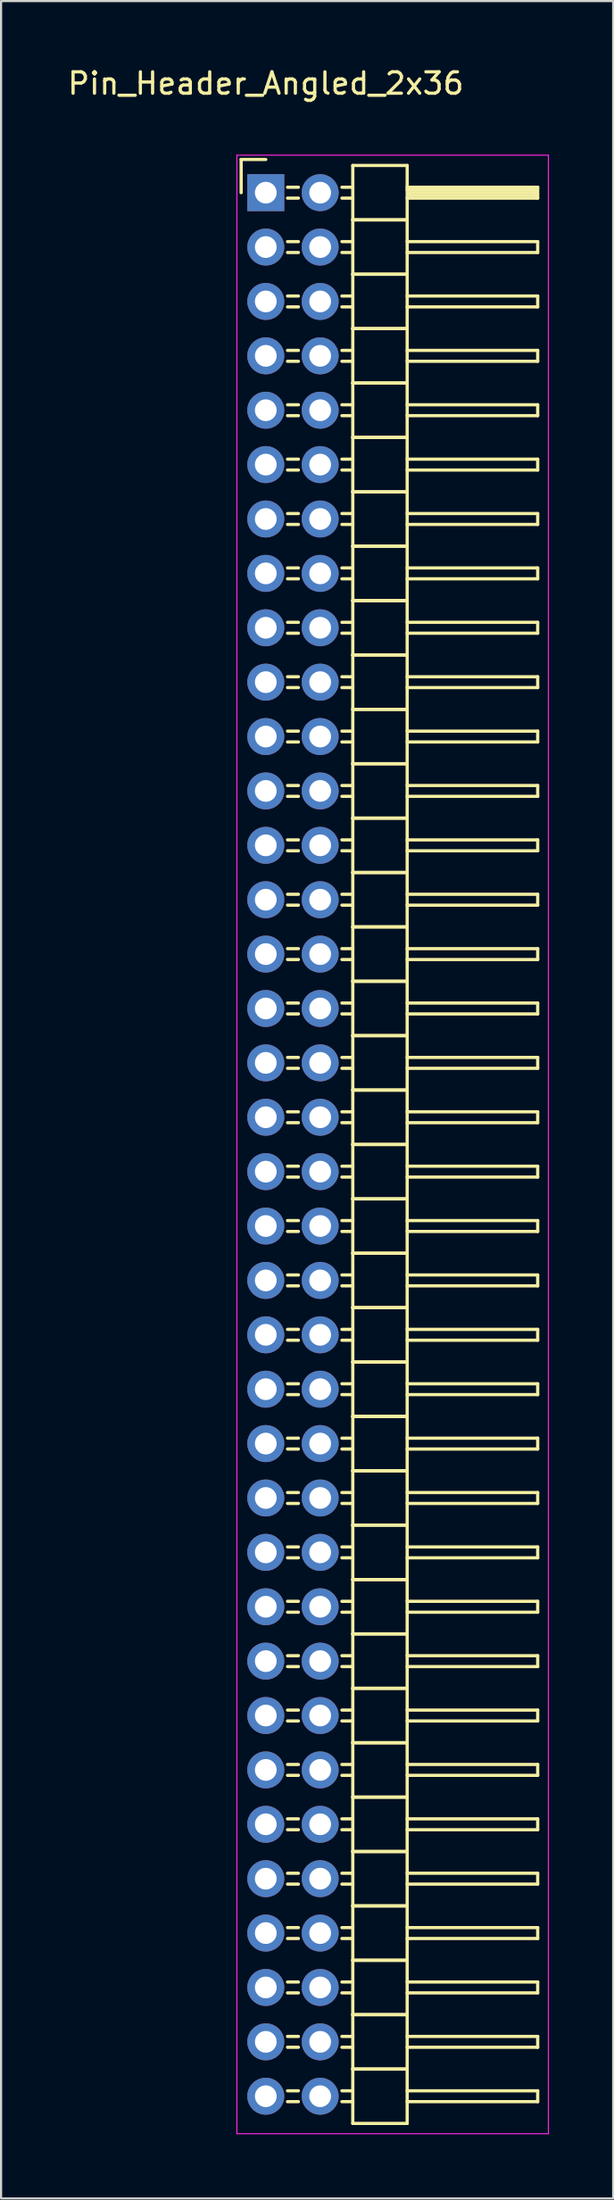
<source format=kicad_pcb>
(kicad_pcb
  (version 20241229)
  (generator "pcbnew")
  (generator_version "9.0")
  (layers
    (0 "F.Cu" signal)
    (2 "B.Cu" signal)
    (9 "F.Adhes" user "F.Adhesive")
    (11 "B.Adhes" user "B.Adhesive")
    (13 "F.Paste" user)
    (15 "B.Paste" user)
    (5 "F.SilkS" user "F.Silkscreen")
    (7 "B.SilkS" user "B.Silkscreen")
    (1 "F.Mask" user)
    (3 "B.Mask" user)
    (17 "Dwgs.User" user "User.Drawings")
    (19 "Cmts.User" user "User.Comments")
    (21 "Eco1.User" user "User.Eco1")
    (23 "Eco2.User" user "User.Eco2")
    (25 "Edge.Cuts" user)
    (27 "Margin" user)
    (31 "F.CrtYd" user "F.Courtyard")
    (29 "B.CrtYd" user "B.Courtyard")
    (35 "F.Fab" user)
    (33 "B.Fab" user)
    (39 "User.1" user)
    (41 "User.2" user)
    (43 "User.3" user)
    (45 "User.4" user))
  (footprint "Pin_Header_Angled_2x36"
    (layer "F.Cu")
    (at 9.363 5.948)
    (property "Reference" "Pin_Header_Angled_2x36" (at 0 -5.1 0) (layer "F.SilkS") (effects (font (size 1 1) (thickness 0.15))))
    (attr through_hole)
    (fp_line (start -1.15 -1.55) (end -1.15 0) (stroke (width 0.15) (type solid)) (layer "F.SilkS"))
    (fp_line (start 0 -1.55) (end -1.15 -1.55) (stroke (width 0.15) (type solid)) (layer "F.SilkS"))
    (fp_line (start 1.524 -0.254) (end 1.016 -0.254) (stroke (width 0.15) (type solid)) (layer "F.SilkS"))
    (fp_line (start 1.524 0.254) (end 1.016 0.254) (stroke (width 0.15) (type solid)) (layer "F.SilkS"))
    (fp_line (start 1.524 2.286) (end 1.016 2.286) (stroke (width 0.15) (type solid)) (layer "F.SilkS"))
    (fp_line (start 1.524 2.794) (end 1.016 2.794) (stroke (width 0.15) (type solid)) (layer "F.SilkS"))
    (fp_line (start 1.524 4.826) (end 1.016 4.826) (stroke (width 0.15) (type solid)) (layer "F.SilkS"))
    (fp_line (start 1.524 5.334) (end 1.016 5.334) (stroke (width 0.15) (type solid)) (layer "F.SilkS"))
    (fp_line (start 1.524 7.366) (end 1.016 7.366) (stroke (width 0.15) (type solid)) (layer "F.SilkS"))
    (fp_line (start 1.524 7.874) (end 1.016 7.874) (stroke (width 0.15) (type solid)) (layer "F.SilkS"))
    (fp_line (start 1.524 9.906) (end 1.016 9.906) (stroke (width 0.15) (type solid)) (layer "F.SilkS"))
    (fp_line (start 1.524 10.414) (end 1.016 10.414) (stroke (width 0.15) (type solid)) (layer "F.SilkS"))
    (fp_line (start 1.524 12.446) (end 1.016 12.446) (stroke (width 0.15) (type solid)) (layer "F.SilkS"))
    (fp_line (start 1.524 12.954) (end 1.016 12.954) (stroke (width 0.15) (type solid)) (layer "F.SilkS"))
    (fp_line (start 1.524 14.986) (end 1.016 14.986) (stroke (width 0.15) (type solid)) (layer "F.SilkS"))
    (fp_line (start 1.524 15.494) (end 1.016 15.494) (stroke (width 0.15) (type solid)) (layer "F.SilkS"))
    (fp_line (start 1.524 17.526) (end 1.016 17.526) (stroke (width 0.15) (type solid)) (layer "F.SilkS"))
    (fp_line (start 1.524 18.034) (end 1.016 18.034) (stroke (width 0.15) (type solid)) (layer "F.SilkS"))
    (fp_line (start 1.524 20.066) (end 1.016 20.066) (stroke (width 0.15) (type solid)) (layer "F.SilkS"))
    (fp_line (start 1.524 20.574) (end 1.016 20.574) (stroke (width 0.15) (type solid)) (layer "F.SilkS"))
    (fp_line (start 1.524 22.606) (end 1.016 22.606) (stroke (width 0.15) (type solid)) (layer "F.SilkS"))
    (fp_line (start 1.524 23.114) (end 1.016 23.114) (stroke (width 0.15) (type solid)) (layer "F.SilkS"))
    (fp_line (start 1.524 25.146) (end 1.016 25.146) (stroke (width 0.15) (type solid)) (layer "F.SilkS"))
    (fp_line (start 1.524 25.654) (end 1.016 25.654) (stroke (width 0.15) (type solid)) (layer "F.SilkS"))
    (fp_line (start 1.524 27.686) (end 1.016 27.686) (stroke (width 0.15) (type solid)) (layer "F.SilkS"))
    (fp_line (start 1.524 28.194) (end 1.016 28.194) (stroke (width 0.15) (type solid)) (layer "F.SilkS"))
    (fp_line (start 1.524 30.226) (end 1.016 30.226) (stroke (width 0.15) (type solid)) (layer "F.SilkS"))
    (fp_line (start 1.524 30.734) (end 1.016 30.734) (stroke (width 0.15) (type solid)) (layer "F.SilkS"))
    (fp_line (start 1.524 32.766) (end 1.016 32.766) (stroke (width 0.15) (type solid)) (layer "F.SilkS"))
    (fp_line (start 1.524 33.274) (end 1.016 33.274) (stroke (width 0.15) (type solid)) (layer "F.SilkS"))
    (fp_line (start 1.524 35.306) (end 1.016 35.306) (stroke (width 0.15) (type solid)) (layer "F.SilkS"))
    (fp_line (start 1.524 35.814) (end 1.016 35.814) (stroke (width 0.15) (type solid)) (layer "F.SilkS"))
    (fp_line (start 1.524 37.846) (end 1.016 37.846) (stroke (width 0.15) (type solid)) (layer "F.SilkS"))
    (fp_line (start 1.524 38.354) (end 1.016 38.354) (stroke (width 0.15) (type solid)) (layer "F.SilkS"))
    (fp_line (start 1.524 40.386) (end 1.016 40.386) (stroke (width 0.15) (type solid)) (layer "F.SilkS"))
    (fp_line (start 1.524 40.894) (end 1.016 40.894) (stroke (width 0.15) (type solid)) (layer "F.SilkS"))
    (fp_line (start 1.524 42.926) (end 1.016 42.926) (stroke (width 0.15) (type solid)) (layer "F.SilkS"))
    (fp_line (start 1.524 43.434) (end 1.016 43.434) (stroke (width 0.15) (type solid)) (layer "F.SilkS"))
    (fp_line (start 1.524 45.466) (end 1.016 45.466) (stroke (width 0.15) (type solid)) (layer "F.SilkS"))
    (fp_line (start 1.524 45.974) (end 1.016 45.974) (stroke (width 0.15) (type solid)) (layer "F.SilkS"))
    (fp_line (start 1.524 48.006) (end 1.016 48.006) (stroke (width 0.15) (type solid)) (layer "F.SilkS"))
    (fp_line (start 1.524 48.514) (end 1.016 48.514) (stroke (width 0.15) (type solid)) (layer "F.SilkS"))
    (fp_line (start 1.524 50.546) (end 1.016 50.546) (stroke (width 0.15) (type solid)) (layer "F.SilkS"))
    (fp_line (start 1.524 51.054) (end 1.016 51.054) (stroke (width 0.15) (type solid)) (layer "F.SilkS"))
    (fp_line (start 1.524 53.086) (end 1.016 53.086) (stroke (width 0.15) (type solid)) (layer "F.SilkS"))
    (fp_line (start 1.524 53.594) (end 1.016 53.594) (stroke (width 0.15) (type solid)) (layer "F.SilkS"))
    (fp_line (start 1.524 55.626) (end 1.016 55.626) (stroke (width 0.15) (type solid)) (layer "F.SilkS"))
    (fp_line (start 1.524 56.134) (end 1.016 56.134) (stroke (width 0.15) (type solid)) (layer "F.SilkS"))
    (fp_line (start 1.524 58.166) (end 1.016 58.166) (stroke (width 0.15) (type solid)) (layer "F.SilkS"))
    (fp_line (start 1.524 58.674) (end 1.016 58.674) (stroke (width 0.15) (type solid)) (layer "F.SilkS"))
    (fp_line (start 1.524 60.706) (end 1.016 60.706) (stroke (width 0.15) (type solid)) (layer "F.SilkS"))
    (fp_line (start 1.524 61.214) (end 1.016 61.214) (stroke (width 0.15) (type solid)) (layer "F.SilkS"))
    (fp_line (start 1.524 63.246) (end 1.016 63.246) (stroke (width 0.15) (type solid)) (layer "F.SilkS"))
    (fp_line (start 1.524 63.754) (end 1.016 63.754) (stroke (width 0.15) (type solid)) (layer "F.SilkS"))
    (fp_line (start 1.524 65.786) (end 1.016 65.786) (stroke (width 0.15) (type solid)) (layer "F.SilkS"))
    (fp_line (start 1.524 66.294) (end 1.016 66.294) (stroke (width 0.15) (type solid)) (layer "F.SilkS"))
    (fp_line (start 1.524 68.326) (end 1.016 68.326) (stroke (width 0.15) (type solid)) (layer "F.SilkS"))
    (fp_line (start 1.524 68.834) (end 1.016 68.834) (stroke (width 0.15) (type solid)) (layer "F.SilkS"))
    (fp_line (start 1.524 70.866) (end 1.016 70.866) (stroke (width 0.15) (type solid)) (layer "F.SilkS"))
    (fp_line (start 1.524 71.374) (end 1.016 71.374) (stroke (width 0.15) (type solid)) (layer "F.SilkS"))
    (fp_line (start 1.524 73.406) (end 1.016 73.406) (stroke (width 0.15) (type solid)) (layer "F.SilkS"))
    (fp_line (start 1.524 73.914) (end 1.016 73.914) (stroke (width 0.15) (type solid)) (layer "F.SilkS"))
    (fp_line (start 1.524 75.946) (end 1.016 75.946) (stroke (width 0.15) (type solid)) (layer "F.SilkS"))
    (fp_line (start 1.524 76.454) (end 1.016 76.454) (stroke (width 0.15) (type solid)) (layer "F.SilkS"))
    (fp_line (start 1.524 78.486) (end 1.016 78.486) (stroke (width 0.15) (type solid)) (layer "F.SilkS"))
    (fp_line (start 1.524 78.994) (end 1.016 78.994) (stroke (width 0.15) (type solid)) (layer "F.SilkS"))
    (fp_line (start 1.524 81.026) (end 1.016 81.026) (stroke (width 0.15) (type solid)) (layer "F.SilkS"))
    (fp_line (start 1.524 81.534) (end 1.016 81.534) (stroke (width 0.15) (type solid)) (layer "F.SilkS"))
    (fp_line (start 1.524 83.566) (end 1.016 83.566) (stroke (width 0.15) (type solid)) (layer "F.SilkS"))
    (fp_line (start 1.524 84.074) (end 1.016 84.074) (stroke (width 0.15) (type solid)) (layer "F.SilkS"))
    (fp_line (start 1.524 86.106) (end 1.016 86.106) (stroke (width 0.15) (type solid)) (layer "F.SilkS"))
    (fp_line (start 1.524 86.614) (end 1.016 86.614) (stroke (width 0.15) (type solid)) (layer "F.SilkS"))
    (fp_line (start 1.524 88.646) (end 1.016 88.646) (stroke (width 0.15) (type solid)) (layer "F.SilkS"))
    (fp_line (start 1.524 89.154) (end 1.016 89.154) (stroke (width 0.15) (type solid)) (layer "F.SilkS"))
    (fp_line (start 4.064 -1.27) (end 4.064 1.27) (stroke (width 0.15) (type solid)) (layer "F.SilkS"))
    (fp_line (start 4.064 -1.27) (end 6.604 -1.27) (stroke (width 0.15) (type solid)) (layer "F.SilkS"))
    (fp_line (start 4.064 -0.254) (end 3.556 -0.254) (stroke (width 0.15) (type solid)) (layer "F.SilkS"))
    (fp_line (start 4.064 0.254) (end 3.556 0.254) (stroke (width 0.15) (type solid)) (layer "F.SilkS"))
    (fp_line (start 4.064 1.27) (end 4.064 3.81) (stroke (width 0.15) (type solid)) (layer "F.SilkS"))
    (fp_line (start 4.064 1.27) (end 6.604 1.27) (stroke (width 0.15) (type solid)) (layer "F.SilkS"))
    (fp_line (start 4.064 1.27) (end 6.604 1.27) (stroke (width 0.15) (type solid)) (layer "F.SilkS"))
    (fp_line (start 4.064 2.286) (end 3.556 2.286) (stroke (width 0.15) (type solid)) (layer "F.SilkS"))
    (fp_line (start 4.064 2.794) (end 3.556 2.794) (stroke (width 0.15) (type solid)) (layer "F.SilkS"))
    (fp_line (start 4.064 3.81) (end 4.064 6.35) (stroke (width 0.15) (type solid)) (layer "F.SilkS"))
    (fp_line (start 4.064 3.81) (end 6.604 3.81) (stroke (width 0.15) (type solid)) (layer "F.SilkS"))
    (fp_line (start 4.064 3.81) (end 6.604 3.81) (stroke (width 0.15) (type solid)) (layer "F.SilkS"))
    (fp_line (start 4.064 4.826) (end 3.556 4.826) (stroke (width 0.15) (type solid)) (layer "F.SilkS"))
    (fp_line (start 4.064 5.334) (end 3.556 5.334) (stroke (width 0.15) (type solid)) (layer "F.SilkS"))
    (fp_line (start 4.064 6.35) (end 4.064 8.89) (stroke (width 0.15) (type solid)) (layer "F.SilkS"))
    (fp_line (start 4.064 6.35) (end 6.604 6.35) (stroke (width 0.15) (type solid)) (layer "F.SilkS"))
    (fp_line (start 4.064 6.35) (end 6.604 6.35) (stroke (width 0.15) (type solid)) (layer "F.SilkS"))
    (fp_line (start 4.064 7.366) (end 3.556 7.366) (stroke (width 0.15) (type solid)) (layer "F.SilkS"))
    (fp_line (start 4.064 7.874) (end 3.556 7.874) (stroke (width 0.15) (type solid)) (layer "F.SilkS"))
    (fp_line (start 4.064 8.89) (end 4.064 11.43) (stroke (width 0.15) (type solid)) (layer "F.SilkS"))
    (fp_line (start 4.064 8.89) (end 6.604 8.89) (stroke (width 0.15) (type solid)) (layer "F.SilkS"))
    (fp_line (start 4.064 8.89) (end 6.604 8.89) (stroke (width 0.15) (type solid)) (layer "F.SilkS"))
    (fp_line (start 4.064 9.906) (end 3.556 9.906) (stroke (width 0.15) (type solid)) (layer "F.SilkS"))
    (fp_line (start 4.064 10.414) (end 3.556 10.414) (stroke (width 0.15) (type solid)) (layer "F.SilkS"))
    (fp_line (start 4.064 11.43) (end 4.064 13.97) (stroke (width 0.15) (type solid)) (layer "F.SilkS"))
    (fp_line (start 4.064 11.43) (end 6.604 11.43) (stroke (width 0.15) (type solid)) (layer "F.SilkS"))
    (fp_line (start 4.064 11.43) (end 6.604 11.43) (stroke (width 0.15) (type solid)) (layer "F.SilkS"))
    (fp_line (start 4.064 12.446) (end 3.556 12.446) (stroke (width 0.15) (type solid)) (layer "F.SilkS"))
    (fp_line (start 4.064 12.954) (end 3.556 12.954) (stroke (width 0.15) (type solid)) (layer "F.SilkS"))
    (fp_line (start 4.064 13.97) (end 4.064 16.51) (stroke (width 0.15) (type solid)) (layer "F.SilkS"))
    (fp_line (start 4.064 13.97) (end 6.604 13.97) (stroke (width 0.15) (type solid)) (layer "F.SilkS"))
    (fp_line (start 4.064 13.97) (end 6.604 13.97) (stroke (width 0.15) (type solid)) (layer "F.SilkS"))
    (fp_line (start 4.064 14.986) (end 3.556 14.986) (stroke (width 0.15) (type solid)) (layer "F.SilkS"))
    (fp_line (start 4.064 15.494) (end 3.556 15.494) (stroke (width 0.15) (type solid)) (layer "F.SilkS"))
    (fp_line (start 4.064 16.51) (end 4.064 19.05) (stroke (width 0.15) (type solid)) (layer "F.SilkS"))
    (fp_line (start 4.064 16.51) (end 6.604 16.51) (stroke (width 0.15) (type solid)) (layer "F.SilkS"))
    (fp_line (start 4.064 16.51) (end 6.604 16.51) (stroke (width 0.15) (type solid)) (layer "F.SilkS"))
    (fp_line (start 4.064 17.526) (end 3.556 17.526) (stroke (width 0.15) (type solid)) (layer "F.SilkS"))
    (fp_line (start 4.064 18.034) (end 3.556 18.034) (stroke (width 0.15) (type solid)) (layer "F.SilkS"))
    (fp_line (start 4.064 19.05) (end 4.064 21.59) (stroke (width 0.15) (type solid)) (layer "F.SilkS"))
    (fp_line (start 4.064 19.05) (end 6.604 19.05) (stroke (width 0.15) (type solid)) (layer "F.SilkS"))
    (fp_line (start 4.064 19.05) (end 6.604 19.05) (stroke (width 0.15) (type solid)) (layer "F.SilkS"))
    (fp_line (start 4.064 20.066) (end 3.556 20.066) (stroke (width 0.15) (type solid)) (layer "F.SilkS"))
    (fp_line (start 4.064 20.574) (end 3.556 20.574) (stroke (width 0.15) (type solid)) (layer "F.SilkS"))
    (fp_line (start 4.064 21.59) (end 4.064 24.13) (stroke (width 0.15) (type solid)) (layer "F.SilkS"))
    (fp_line (start 4.064 21.59) (end 6.604 21.59) (stroke (width 0.15) (type solid)) (layer "F.SilkS"))
    (fp_line (start 4.064 21.59) (end 6.604 21.59) (stroke (width 0.15) (type solid)) (layer "F.SilkS"))
    (fp_line (start 4.064 22.606) (end 3.556 22.606) (stroke (width 0.15) (type solid)) (layer "F.SilkS"))
    (fp_line (start 4.064 23.114) (end 3.556 23.114) (stroke (width 0.15) (type solid)) (layer "F.SilkS"))
    (fp_line (start 4.064 24.13) (end 4.064 26.67) (stroke (width 0.15) (type solid)) (layer "F.SilkS"))
    (fp_line (start 4.064 24.13) (end 6.604 24.13) (stroke (width 0.15) (type solid)) (layer "F.SilkS"))
    (fp_line (start 4.064 24.13) (end 6.604 24.13) (stroke (width 0.15) (type solid)) (layer "F.SilkS"))
    (fp_line (start 4.064 25.146) (end 3.556 25.146) (stroke (width 0.15) (type solid)) (layer "F.SilkS"))
    (fp_line (start 4.064 25.654) (end 3.556 25.654) (stroke (width 0.15) (type solid)) (layer "F.SilkS"))
    (fp_line (start 4.064 26.67) (end 4.064 29.21) (stroke (width 0.15) (type solid)) (layer "F.SilkS"))
    (fp_line (start 4.064 26.67) (end 6.604 26.67) (stroke (width 0.15) (type solid)) (layer "F.SilkS"))
    (fp_line (start 4.064 26.67) (end 6.604 26.67) (stroke (width 0.15) (type solid)) (layer "F.SilkS"))
    (fp_line (start 4.064 27.686) (end 3.556 27.686) (stroke (width 0.15) (type solid)) (layer "F.SilkS"))
    (fp_line (start 4.064 28.194) (end 3.556 28.194) (stroke (width 0.15) (type solid)) (layer "F.SilkS"))
    (fp_line (start 4.064 29.21) (end 4.064 31.75) (stroke (width 0.15) (type solid)) (layer "F.SilkS"))
    (fp_line (start 4.064 29.21) (end 6.604 29.21) (stroke (width 0.15) (type solid)) (layer "F.SilkS"))
    (fp_line (start 4.064 29.21) (end 6.604 29.21) (stroke (width 0.15) (type solid)) (layer "F.SilkS"))
    (fp_line (start 4.064 30.226) (end 3.556 30.226) (stroke (width 0.15) (type solid)) (layer "F.SilkS"))
    (fp_line (start 4.064 30.734) (end 3.556 30.734) (stroke (width 0.15) (type solid)) (layer "F.SilkS"))
    (fp_line (start 4.064 31.75) (end 4.064 34.29) (stroke (width 0.15) (type solid)) (layer "F.SilkS"))
    (fp_line (start 4.064 31.75) (end 6.604 31.75) (stroke (width 0.15) (type solid)) (layer "F.SilkS"))
    (fp_line (start 4.064 31.75) (end 6.604 31.75) (stroke (width 0.15) (type solid)) (layer "F.SilkS"))
    (fp_line (start 4.064 32.766) (end 3.556 32.766) (stroke (width 0.15) (type solid)) (layer "F.SilkS"))
    (fp_line (start 4.064 33.274) (end 3.556 33.274) (stroke (width 0.15) (type solid)) (layer "F.SilkS"))
    (fp_line (start 4.064 34.29) (end 4.064 36.83) (stroke (width 0.15) (type solid)) (layer "F.SilkS"))
    (fp_line (start 4.064 34.29) (end 6.604 34.29) (stroke (width 0.15) (type solid)) (layer "F.SilkS"))
    (fp_line (start 4.064 34.29) (end 6.604 34.29) (stroke (width 0.15) (type solid)) (layer "F.SilkS"))
    (fp_line (start 4.064 35.306) (end 3.556 35.306) (stroke (width 0.15) (type solid)) (layer "F.SilkS"))
    (fp_line (start 4.064 35.814) (end 3.556 35.814) (stroke (width 0.15) (type solid)) (layer "F.SilkS"))
    (fp_line (start 4.064 36.83) (end 4.064 39.37) (stroke (width 0.15) (type solid)) (layer "F.SilkS"))
    (fp_line (start 4.064 36.83) (end 6.604 36.83) (stroke (width 0.15) (type solid)) (layer "F.SilkS"))
    (fp_line (start 4.064 36.83) (end 6.604 36.83) (stroke (width 0.15) (type solid)) (layer "F.SilkS"))
    (fp_line (start 4.064 37.846) (end 3.556 37.846) (stroke (width 0.15) (type solid)) (layer "F.SilkS"))
    (fp_line (start 4.064 38.354) (end 3.556 38.354) (stroke (width 0.15) (type solid)) (layer "F.SilkS"))
    (fp_line (start 4.064 39.37) (end 4.064 41.91) (stroke (width 0.15) (type solid)) (layer "F.SilkS"))
    (fp_line (start 4.064 39.37) (end 6.604 39.37) (stroke (width 0.15) (type solid)) (layer "F.SilkS"))
    (fp_line (start 4.064 39.37) (end 6.604 39.37) (stroke (width 0.15) (type solid)) (layer "F.SilkS"))
    (fp_line (start 4.064 40.386) (end 3.556 40.386) (stroke (width 0.15) (type solid)) (layer "F.SilkS"))
    (fp_line (start 4.064 40.894) (end 3.556 40.894) (stroke (width 0.15) (type solid)) (layer "F.SilkS"))
    (fp_line (start 4.064 41.91) (end 4.064 44.45) (stroke (width 0.15) (type solid)) (layer "F.SilkS"))
    (fp_line (start 4.064 41.91) (end 6.604 41.91) (stroke (width 0.15) (type solid)) (layer "F.SilkS"))
    (fp_line (start 4.064 41.91) (end 6.604 41.91) (stroke (width 0.15) (type solid)) (layer "F.SilkS"))
    (fp_line (start 4.064 42.926) (end 3.556 42.926) (stroke (width 0.15) (type solid)) (layer "F.SilkS"))
    (fp_line (start 4.064 43.434) (end 3.556 43.434) (stroke (width 0.15) (type solid)) (layer "F.SilkS"))
    (fp_line (start 4.064 44.45) (end 4.064 46.99) (stroke (width 0.15) (type solid)) (layer "F.SilkS"))
    (fp_line (start 4.064 44.45) (end 6.604 44.45) (stroke (width 0.15) (type solid)) (layer "F.SilkS"))
    (fp_line (start 4.064 44.45) (end 6.604 44.45) (stroke (width 0.15) (type solid)) (layer "F.SilkS"))
    (fp_line (start 4.064 45.466) (end 3.556 45.466) (stroke (width 0.15) (type solid)) (layer "F.SilkS"))
    (fp_line (start 4.064 45.974) (end 3.556 45.974) (stroke (width 0.15) (type solid)) (layer "F.SilkS"))
    (fp_line (start 4.064 46.99) (end 4.064 49.53) (stroke (width 0.15) (type solid)) (layer "F.SilkS"))
    (fp_line (start 4.064 46.99) (end 6.604 46.99) (stroke (width 0.15) (type solid)) (layer "F.SilkS"))
    (fp_line (start 4.064 46.99) (end 6.604 46.99) (stroke (width 0.15) (type solid)) (layer "F.SilkS"))
    (fp_line (start 4.064 48.006) (end 3.556 48.006) (stroke (width 0.15) (type solid)) (layer "F.SilkS"))
    (fp_line (start 4.064 48.514) (end 3.556 48.514) (stroke (width 0.15) (type solid)) (layer "F.SilkS"))
    (fp_line (start 4.064 49.53) (end 4.064 52.07) (stroke (width 0.15) (type solid)) (layer "F.SilkS"))
    (fp_line (start 4.064 49.53) (end 6.604 49.53) (stroke (width 0.15) (type solid)) (layer "F.SilkS"))
    (fp_line (start 4.064 49.53) (end 6.604 49.53) (stroke (width 0.15) (type solid)) (layer "F.SilkS"))
    (fp_line (start 4.064 50.546) (end 3.556 50.546) (stroke (width 0.15) (type solid)) (layer "F.SilkS"))
    (fp_line (start 4.064 51.054) (end 3.556 51.054) (stroke (width 0.15) (type solid)) (layer "F.SilkS"))
    (fp_line (start 4.064 52.07) (end 4.064 54.61) (stroke (width 0.15) (type solid)) (layer "F.SilkS"))
    (fp_line (start 4.064 52.07) (end 6.604 52.07) (stroke (width 0.15) (type solid)) (layer "F.SilkS"))
    (fp_line (start 4.064 52.07) (end 6.604 52.07) (stroke (width 0.15) (type solid)) (layer "F.SilkS"))
    (fp_line (start 4.064 53.086) (end 3.556 53.086) (stroke (width 0.15) (type solid)) (layer "F.SilkS"))
    (fp_line (start 4.064 53.594) (end 3.556 53.594) (stroke (width 0.15) (type solid)) (layer "F.SilkS"))
    (fp_line (start 4.064 54.61) (end 4.064 57.15) (stroke (width 0.15) (type solid)) (layer "F.SilkS"))
    (fp_line (start 4.064 54.61) (end 6.604 54.61) (stroke (width 0.15) (type solid)) (layer "F.SilkS"))
    (fp_line (start 4.064 54.61) (end 6.604 54.61) (stroke (width 0.15) (type solid)) (layer "F.SilkS"))
    (fp_line (start 4.064 55.626) (end 3.556 55.626) (stroke (width 0.15) (type solid)) (layer "F.SilkS"))
    (fp_line (start 4.064 56.134) (end 3.556 56.134) (stroke (width 0.15) (type solid)) (layer "F.SilkS"))
    (fp_line (start 4.064 57.15) (end 4.064 59.69) (stroke (width 0.15) (type solid)) (layer "F.SilkS"))
    (fp_line (start 4.064 57.15) (end 6.604 57.15) (stroke (width 0.15) (type solid)) (layer "F.SilkS"))
    (fp_line (start 4.064 57.15) (end 6.604 57.15) (stroke (width 0.15) (type solid)) (layer "F.SilkS"))
    (fp_line (start 4.064 58.166) (end 3.556 58.166) (stroke (width 0.15) (type solid)) (layer "F.SilkS"))
    (fp_line (start 4.064 58.674) (end 3.556 58.674) (stroke (width 0.15) (type solid)) (layer "F.SilkS"))
    (fp_line (start 4.064 59.69) (end 4.064 62.23) (stroke (width 0.15) (type solid)) (layer "F.SilkS"))
    (fp_line (start 4.064 59.69) (end 6.604 59.69) (stroke (width 0.15) (type solid)) (layer "F.SilkS"))
    (fp_line (start 4.064 59.69) (end 6.604 59.69) (stroke (width 0.15) (type solid)) (layer "F.SilkS"))
    (fp_line (start 4.064 60.706) (end 3.556 60.706) (stroke (width 0.15) (type solid)) (layer "F.SilkS"))
    (fp_line (start 4.064 61.214) (end 3.556 61.214) (stroke (width 0.15) (type solid)) (layer "F.SilkS"))
    (fp_line (start 4.064 62.23) (end 4.064 64.77) (stroke (width 0.15) (type solid)) (layer "F.SilkS"))
    (fp_line (start 4.064 62.23) (end 6.604 62.23) (stroke (width 0.15) (type solid)) (layer "F.SilkS"))
    (fp_line (start 4.064 62.23) (end 6.604 62.23) (stroke (width 0.15) (type solid)) (layer "F.SilkS"))
    (fp_line (start 4.064 63.246) (end 3.556 63.246) (stroke (width 0.15) (type solid)) (layer "F.SilkS"))
    (fp_line (start 4.064 63.754) (end 3.556 63.754) (stroke (width 0.15) (type solid)) (layer "F.SilkS"))
    (fp_line (start 4.064 64.77) (end 4.064 67.31) (stroke (width 0.15) (type solid)) (layer "F.SilkS"))
    (fp_line (start 4.064 64.77) (end 6.604 64.77) (stroke (width 0.15) (type solid)) (layer "F.SilkS"))
    (fp_line (start 4.064 64.77) (end 6.604 64.77) (stroke (width 0.15) (type solid)) (layer "F.SilkS"))
    (fp_line (start 4.064 65.786) (end 3.556 65.786) (stroke (width 0.15) (type solid)) (layer "F.SilkS"))
    (fp_line (start 4.064 66.294) (end 3.556 66.294) (stroke (width 0.15) (type solid)) (layer "F.SilkS"))
    (fp_line (start 4.064 67.31) (end 4.064 69.85) (stroke (width 0.15) (type solid)) (layer "F.SilkS"))
    (fp_line (start 4.064 67.31) (end 6.604 67.31) (stroke (width 0.15) (type solid)) (layer "F.SilkS"))
    (fp_line (start 4.064 67.31) (end 6.604 67.31) (stroke (width 0.15) (type solid)) (layer "F.SilkS"))
    (fp_line (start 4.064 68.326) (end 3.556 68.326) (stroke (width 0.15) (type solid)) (layer "F.SilkS"))
    (fp_line (start 4.064 68.834) (end 3.556 68.834) (stroke (width 0.15) (type solid)) (layer "F.SilkS"))
    (fp_line (start 4.064 69.85) (end 4.064 72.39) (stroke (width 0.15) (type solid)) (layer "F.SilkS"))
    (fp_line (start 4.064 69.85) (end 6.604 69.85) (stroke (width 0.15) (type solid)) (layer "F.SilkS"))
    (fp_line (start 4.064 69.85) (end 6.604 69.85) (stroke (width 0.15) (type solid)) (layer "F.SilkS"))
    (fp_line (start 4.064 70.866) (end 3.556 70.866) (stroke (width 0.15) (type solid)) (layer "F.SilkS"))
    (fp_line (start 4.064 71.374) (end 3.556 71.374) (stroke (width 0.15) (type solid)) (layer "F.SilkS"))
    (fp_line (start 4.064 72.39) (end 4.064 74.93) (stroke (width 0.15) (type solid)) (layer "F.SilkS"))
    (fp_line (start 4.064 72.39) (end 6.604 72.39) (stroke (width 0.15) (type solid)) (layer "F.SilkS"))
    (fp_line (start 4.064 72.39) (end 6.604 72.39) (stroke (width 0.15) (type solid)) (layer "F.SilkS"))
    (fp_line (start 4.064 73.406) (end 3.556 73.406) (stroke (width 0.15) (type solid)) (layer "F.SilkS"))
    (fp_line (start 4.064 73.914) (end 3.556 73.914) (stroke (width 0.15) (type solid)) (layer "F.SilkS"))
    (fp_line (start 4.064 74.93) (end 4.064 77.47) (stroke (width 0.15) (type solid)) (layer "F.SilkS"))
    (fp_line (start 4.064 74.93) (end 6.604 74.93) (stroke (width 0.15) (type solid)) (layer "F.SilkS"))
    (fp_line (start 4.064 74.93) (end 6.604 74.93) (stroke (width 0.15) (type solid)) (layer "F.SilkS"))
    (fp_line (start 4.064 75.946) (end 3.556 75.946) (stroke (width 0.15) (type solid)) (layer "F.SilkS"))
    (fp_line (start 4.064 76.454) (end 3.556 76.454) (stroke (width 0.15) (type solid)) (layer "F.SilkS"))
    (fp_line (start 4.064 77.47) (end 4.064 80.01) (stroke (width 0.15) (type solid)) (layer "F.SilkS"))
    (fp_line (start 4.064 77.47) (end 6.604 77.47) (stroke (width 0.15) (type solid)) (layer "F.SilkS"))
    (fp_line (start 4.064 77.47) (end 6.604 77.47) (stroke (width 0.15) (type solid)) (layer "F.SilkS"))
    (fp_line (start 4.064 78.486) (end 3.556 78.486) (stroke (width 0.15) (type solid)) (layer "F.SilkS"))
    (fp_line (start 4.064 78.994) (end 3.556 78.994) (stroke (width 0.15) (type solid)) (layer "F.SilkS"))
    (fp_line (start 4.064 80.01) (end 4.064 82.55) (stroke (width 0.15) (type solid)) (layer "F.SilkS"))
    (fp_line (start 4.064 80.01) (end 6.604 80.01) (stroke (width 0.15) (type solid)) (layer "F.SilkS"))
    (fp_line (start 4.064 80.01) (end 6.604 80.01) (stroke (width 0.15) (type solid)) (layer "F.SilkS"))
    (fp_line (start 4.064 81.026) (end 3.556 81.026) (stroke (width 0.15) (type solid)) (layer "F.SilkS"))
    (fp_line (start 4.064 81.534) (end 3.556 81.534) (stroke (width 0.15) (type solid)) (layer "F.SilkS"))
    (fp_line (start 4.064 82.55) (end 4.064 85.09) (stroke (width 0.15) (type solid)) (layer "F.SilkS"))
    (fp_line (start 4.064 82.55) (end 6.604 82.55) (stroke (width 0.15) (type solid)) (layer "F.SilkS"))
    (fp_line (start 4.064 82.55) (end 6.604 82.55) (stroke (width 0.15) (type solid)) (layer "F.SilkS"))
    (fp_line (start 4.064 83.566) (end 3.556 83.566) (stroke (width 0.15) (type solid)) (layer "F.SilkS"))
    (fp_line (start 4.064 84.074) (end 3.556 84.074) (stroke (width 0.15) (type solid)) (layer "F.SilkS"))
    (fp_line (start 4.064 85.09) (end 4.064 87.63) (stroke (width 0.15) (type solid)) (layer "F.SilkS"))
    (fp_line (start 4.064 85.09) (end 6.604 85.09) (stroke (width 0.15) (type solid)) (layer "F.SilkS"))
    (fp_line (start 4.064 85.09) (end 6.604 85.09) (stroke (width 0.15) (type solid)) (layer "F.SilkS"))
    (fp_line (start 4.064 86.106) (end 3.556 86.106) (stroke (width 0.15) (type solid)) (layer "F.SilkS"))
    (fp_line (start 4.064 86.614) (end 3.556 86.614) (stroke (width 0.15) (type solid)) (layer "F.SilkS"))
    (fp_line (start 4.064 87.63) (end 4.064 90.17) (stroke (width 0.15) (type solid)) (layer "F.SilkS"))
    (fp_line (start 4.064 87.63) (end 6.604 87.63) (stroke (width 0.15) (type solid)) (layer "F.SilkS"))
    (fp_line (start 4.064 87.63) (end 6.604 87.63) (stroke (width 0.15) (type solid)) (layer "F.SilkS"))
    (fp_line (start 4.064 88.646) (end 3.556 88.646) (stroke (width 0.15) (type solid)) (layer "F.SilkS"))
    (fp_line (start 4.064 89.154) (end 3.556 89.154) (stroke (width 0.15) (type solid)) (layer "F.SilkS"))
    (fp_line (start 4.064 90.17) (end 6.604 90.17) (stroke (width 0.15) (type solid)) (layer "F.SilkS"))
    (fp_line (start 6.604 -0.254) (end 12.7 -0.254) (stroke (width 0.15) (type solid)) (layer "F.SilkS"))
    (fp_line (start 6.604 -0.127) (end 12.573 -0.127) (stroke (width 0.15) (type solid)) (layer "F.SilkS"))
    (fp_line (start 6.604 1.27) (end 6.604 -1.27) (stroke (width 0.15) (type solid)) (layer "F.SilkS"))
    (fp_line (start 6.604 2.286) (end 12.7 2.286) (stroke (width 0.15) (type solid)) (layer "F.SilkS"))
    (fp_line (start 6.604 3.81) (end 6.604 1.27) (stroke (width 0.15) (type solid)) (layer "F.SilkS"))
    (fp_line (start 6.604 4.826) (end 12.7 4.826) (stroke (width 0.15) (type solid)) (layer "F.SilkS"))
    (fp_line (start 6.604 6.35) (end 6.604 3.81) (stroke (width 0.15) (type solid)) (layer "F.SilkS"))
    (fp_line (start 6.604 7.366) (end 12.7 7.366) (stroke (width 0.15) (type solid)) (layer "F.SilkS"))
    (fp_line (start 6.604 8.89) (end 6.604 6.35) (stroke (width 0.15) (type solid)) (layer "F.SilkS"))
    (fp_line (start 6.604 9.906) (end 12.7 9.906) (stroke (width 0.15) (type solid)) (layer "F.SilkS"))
    (fp_line (start 6.604 11.43) (end 6.604 8.89) (stroke (width 0.15) (type solid)) (layer "F.SilkS"))
    (fp_line (start 6.604 12.446) (end 12.7 12.446) (stroke (width 0.15) (type solid)) (layer "F.SilkS"))
    (fp_line (start 6.604 13.97) (end 6.604 11.43) (stroke (width 0.15) (type solid)) (layer "F.SilkS"))
    (fp_line (start 6.604 14.986) (end 12.7 14.986) (stroke (width 0.15) (type solid)) (layer "F.SilkS"))
    (fp_line (start 6.604 16.51) (end 6.604 13.97) (stroke (width 0.15) (type solid)) (layer "F.SilkS"))
    (fp_line (start 6.604 17.526) (end 12.7 17.526) (stroke (width 0.15) (type solid)) (layer "F.SilkS"))
    (fp_line (start 6.604 19.05) (end 6.604 16.51) (stroke (width 0.15) (type solid)) (layer "F.SilkS"))
    (fp_line (start 6.604 20.066) (end 12.7 20.066) (stroke (width 0.15) (type solid)) (layer "F.SilkS"))
    (fp_line (start 6.604 21.59) (end 6.604 19.05) (stroke (width 0.15) (type solid)) (layer "F.SilkS"))
    (fp_line (start 6.604 22.606) (end 12.7 22.606) (stroke (width 0.15) (type solid)) (layer "F.SilkS"))
    (fp_line (start 6.604 24.13) (end 6.604 21.59) (stroke (width 0.15) (type solid)) (layer "F.SilkS"))
    (fp_line (start 6.604 25.146) (end 12.7 25.146) (stroke (width 0.15) (type solid)) (layer "F.SilkS"))
    (fp_line (start 6.604 26.67) (end 6.604 24.13) (stroke (width 0.15) (type solid)) (layer "F.SilkS"))
    (fp_line (start 6.604 27.686) (end 12.7 27.686) (stroke (width 0.15) (type solid)) (layer "F.SilkS"))
    (fp_line (start 6.604 29.21) (end 6.604 26.67) (stroke (width 0.15) (type solid)) (layer "F.SilkS"))
    (fp_line (start 6.604 30.226) (end 12.7 30.226) (stroke (width 0.15) (type solid)) (layer "F.SilkS"))
    (fp_line (start 6.604 31.75) (end 6.604 29.21) (stroke (width 0.15) (type solid)) (layer "F.SilkS"))
    (fp_line (start 6.604 32.766) (end 12.7 32.766) (stroke (width 0.15) (type solid)) (layer "F.SilkS"))
    (fp_line (start 6.604 34.29) (end 6.604 31.75) (stroke (width 0.15) (type solid)) (layer "F.SilkS"))
    (fp_line (start 6.604 35.306) (end 12.7 35.306) (stroke (width 0.15) (type solid)) (layer "F.SilkS"))
    (fp_line (start 6.604 36.83) (end 6.604 34.29) (stroke (width 0.15) (type solid)) (layer "F.SilkS"))
    (fp_line (start 6.604 37.846) (end 12.7 37.846) (stroke (width 0.15) (type solid)) (layer "F.SilkS"))
    (fp_line (start 6.604 39.37) (end 6.604 36.83) (stroke (width 0.15) (type solid)) (layer "F.SilkS"))
    (fp_line (start 6.604 40.386) (end 12.7 40.386) (stroke (width 0.15) (type solid)) (layer "F.SilkS"))
    (fp_line (start 6.604 41.91) (end 6.604 39.37) (stroke (width 0.15) (type solid)) (layer "F.SilkS"))
    (fp_line (start 6.604 42.926) (end 12.7 42.926) (stroke (width 0.15) (type solid)) (layer "F.SilkS"))
    (fp_line (start 6.604 44.45) (end 6.604 41.91) (stroke (width 0.15) (type solid)) (layer "F.SilkS"))
    (fp_line (start 6.604 45.466) (end 12.7 45.466) (stroke (width 0.15) (type solid)) (layer "F.SilkS"))
    (fp_line (start 6.604 46.99) (end 6.604 44.45) (stroke (width 0.15) (type solid)) (layer "F.SilkS"))
    (fp_line (start 6.604 48.006) (end 12.7 48.006) (stroke (width 0.15) (type solid)) (layer "F.SilkS"))
    (fp_line (start 6.604 49.53) (end 6.604 46.99) (stroke (width 0.15) (type solid)) (layer "F.SilkS"))
    (fp_line (start 6.604 50.546) (end 12.7 50.546) (stroke (width 0.15) (type solid)) (layer "F.SilkS"))
    (fp_line (start 6.604 52.07) (end 6.604 49.53) (stroke (width 0.15) (type solid)) (layer "F.SilkS"))
    (fp_line (start 6.604 53.086) (end 12.7 53.086) (stroke (width 0.15) (type solid)) (layer "F.SilkS"))
    (fp_line (start 6.604 54.61) (end 6.604 52.07) (stroke (width 0.15) (type solid)) (layer "F.SilkS"))
    (fp_line (start 6.604 55.626) (end 12.7 55.626) (stroke (width 0.15) (type solid)) (layer "F.SilkS"))
    (fp_line (start 6.604 57.15) (end 6.604 54.61) (stroke (width 0.15) (type solid)) (layer "F.SilkS"))
    (fp_line (start 6.604 58.166) (end 12.7 58.166) (stroke (width 0.15) (type solid)) (layer "F.SilkS"))
    (fp_line (start 6.604 59.69) (end 6.604 57.15) (stroke (width 0.15) (type solid)) (layer "F.SilkS"))
    (fp_line (start 6.604 60.706) (end 12.7 60.706) (stroke (width 0.15) (type solid)) (layer "F.SilkS"))
    (fp_line (start 6.604 62.23) (end 6.604 59.69) (stroke (width 0.15) (type solid)) (layer "F.SilkS"))
    (fp_line (start 6.604 63.246) (end 12.7 63.246) (stroke (width 0.15) (type solid)) (layer "F.SilkS"))
    (fp_line (start 6.604 64.77) (end 6.604 62.23) (stroke (width 0.15) (type solid)) (layer "F.SilkS"))
    (fp_line (start 6.604 65.786) (end 12.7 65.786) (stroke (width 0.15) (type solid)) (layer "F.SilkS"))
    (fp_line (start 6.604 67.31) (end 6.604 64.77) (stroke (width 0.15) (type solid)) (layer "F.SilkS"))
    (fp_line (start 6.604 68.326) (end 12.7 68.326) (stroke (width 0.15) (type solid)) (layer "F.SilkS"))
    (fp_line (start 6.604 69.85) (end 6.604 67.31) (stroke (width 0.15) (type solid)) (layer "F.SilkS"))
    (fp_line (start 6.604 70.866) (end 12.7 70.866) (stroke (width 0.15) (type solid)) (layer "F.SilkS"))
    (fp_line (start 6.604 72.39) (end 6.604 69.85) (stroke (width 0.15) (type solid)) (layer "F.SilkS"))
    (fp_line (start 6.604 73.406) (end 12.7 73.406) (stroke (width 0.15) (type solid)) (layer "F.SilkS"))
    (fp_line (start 6.604 74.93) (end 6.604 72.39) (stroke (width 0.15) (type solid)) (layer "F.SilkS"))
    (fp_line (start 6.604 75.946) (end 12.7 75.946) (stroke (width 0.15) (type solid)) (layer "F.SilkS"))
    (fp_line (start 6.604 77.47) (end 6.604 74.93) (stroke (width 0.15) (type solid)) (layer "F.SilkS"))
    (fp_line (start 6.604 78.486) (end 12.7 78.486) (stroke (width 0.15) (type solid)) (layer "F.SilkS"))
    (fp_line (start 6.604 80.01) (end 6.604 77.47) (stroke (width 0.15) (type solid)) (layer "F.SilkS"))
    (fp_line (start 6.604 81.026) (end 12.7 81.026) (stroke (width 0.15) (type solid)) (layer "F.SilkS"))
    (fp_line (start 6.604 82.55) (end 6.604 80.01) (stroke (width 0.15) (type solid)) (layer "F.SilkS"))
    (fp_line (start 6.604 83.566) (end 12.7 83.566) (stroke (width 0.15) (type solid)) (layer "F.SilkS"))
    (fp_line (start 6.604 85.09) (end 6.604 82.55) (stroke (width 0.15) (type solid)) (layer "F.SilkS"))
    (fp_line (start 6.604 86.106) (end 12.7 86.106) (stroke (width 0.15) (type solid)) (layer "F.SilkS"))
    (fp_line (start 6.604 87.63) (end 6.604 85.09) (stroke (width 0.15) (type solid)) (layer "F.SilkS"))
    (fp_line (start 6.604 88.646) (end 12.7 88.646) (stroke (width 0.15) (type solid)) (layer "F.SilkS"))
    (fp_line (start 6.604 90.17) (end 6.604 87.63) (stroke (width 0.15) (type solid)) (layer "F.SilkS"))
    (fp_line (start 6.731 0) (end 12.573 0) (stroke (width 0.15) (type solid)) (layer "F.SilkS"))
    (fp_line (start 6.731 0.127) (end 6.731 0) (stroke (width 0.15) (type solid)) (layer "F.SilkS"))
    (fp_line (start 12.573 -0.127) (end 12.573 0.127) (stroke (width 0.15) (type solid)) (layer "F.SilkS"))
    (fp_line (start 12.573 0.127) (end 6.731 0.127) (stroke (width 0.15) (type solid)) (layer "F.SilkS"))
    (fp_line (start 12.7 -0.254) (end 12.7 0.254) (stroke (width 0.15) (type solid)) (layer "F.SilkS"))
    (fp_line (start 12.7 0.254) (end 6.604 0.254) (stroke (width 0.15) (type solid)) (layer "F.SilkS"))
    (fp_line (start 12.7 2.286) (end 12.7 2.794) (stroke (width 0.15) (type solid)) (layer "F.SilkS"))
    (fp_line (start 12.7 2.794) (end 6.604 2.794) (stroke (width 0.15) (type solid)) (layer "F.SilkS"))
    (fp_line (start 12.7 4.826) (end 12.7 5.334) (stroke (width 0.15) (type solid)) (layer "F.SilkS"))
    (fp_line (start 12.7 5.334) (end 6.604 5.334) (stroke (width 0.15) (type solid)) (layer "F.SilkS"))
    (fp_line (start 12.7 7.366) (end 12.7 7.874) (stroke (width 0.15) (type solid)) (layer "F.SilkS"))
    (fp_line (start 12.7 7.874) (end 6.604 7.874) (stroke (width 0.15) (type solid)) (layer "F.SilkS"))
    (fp_line (start 12.7 9.906) (end 12.7 10.414) (stroke (width 0.15) (type solid)) (layer "F.SilkS"))
    (fp_line (start 12.7 10.414) (end 6.604 10.414) (stroke (width 0.15) (type solid)) (layer "F.SilkS"))
    (fp_line (start 12.7 12.446) (end 12.7 12.954) (stroke (width 0.15) (type solid)) (layer "F.SilkS"))
    (fp_line (start 12.7 12.954) (end 6.604 12.954) (stroke (width 0.15) (type solid)) (layer "F.SilkS"))
    (fp_line (start 12.7 14.986) (end 12.7 15.494) (stroke (width 0.15) (type solid)) (layer "F.SilkS"))
    (fp_line (start 12.7 15.494) (end 6.604 15.494) (stroke (width 0.15) (type solid)) (layer "F.SilkS"))
    (fp_line (start 12.7 17.526) (end 12.7 18.034) (stroke (width 0.15) (type solid)) (layer "F.SilkS"))
    (fp_line (start 12.7 18.034) (end 6.604 18.034) (stroke (width 0.15) (type solid)) (layer "F.SilkS"))
    (fp_line (start 12.7 20.066) (end 12.7 20.574) (stroke (width 0.15) (type solid)) (layer "F.SilkS"))
    (fp_line (start 12.7 20.574) (end 6.604 20.574) (stroke (width 0.15) (type solid)) (layer "F.SilkS"))
    (fp_line (start 12.7 22.606) (end 12.7 23.114) (stroke (width 0.15) (type solid)) (layer "F.SilkS"))
    (fp_line (start 12.7 23.114) (end 6.604 23.114) (stroke (width 0.15) (type solid)) (layer "F.SilkS"))
    (fp_line (start 12.7 25.146) (end 12.7 25.654) (stroke (width 0.15) (type solid)) (layer "F.SilkS"))
    (fp_line (start 12.7 25.654) (end 6.604 25.654) (stroke (width 0.15) (type solid)) (layer "F.SilkS"))
    (fp_line (start 12.7 27.686) (end 12.7 28.194) (stroke (width 0.15) (type solid)) (layer "F.SilkS"))
    (fp_line (start 12.7 28.194) (end 6.604 28.194) (stroke (width 0.15) (type solid)) (layer "F.SilkS"))
    (fp_line (start 12.7 30.226) (end 12.7 30.734) (stroke (width 0.15) (type solid)) (layer "F.SilkS"))
    (fp_line (start 12.7 30.734) (end 6.604 30.734) (stroke (width 0.15) (type solid)) (layer "F.SilkS"))
    (fp_line (start 12.7 32.766) (end 12.7 33.274) (stroke (width 0.15) (type solid)) (layer "F.SilkS"))
    (fp_line (start 12.7 33.274) (end 6.604 33.274) (stroke (width 0.15) (type solid)) (layer "F.SilkS"))
    (fp_line (start 12.7 35.306) (end 12.7 35.814) (stroke (width 0.15) (type solid)) (layer "F.SilkS"))
    (fp_line (start 12.7 35.814) (end 6.604 35.814) (stroke (width 0.15) (type solid)) (layer "F.SilkS"))
    (fp_line (start 12.7 37.846) (end 12.7 38.354) (stroke (width 0.15) (type solid)) (layer "F.SilkS"))
    (fp_line (start 12.7 38.354) (end 6.604 38.354) (stroke (width 0.15) (type solid)) (layer "F.SilkS"))
    (fp_line (start 12.7 40.386) (end 12.7 40.894) (stroke (width 0.15) (type solid)) (layer "F.SilkS"))
    (fp_line (start 12.7 40.894) (end 6.604 40.894) (stroke (width 0.15) (type solid)) (layer "F.SilkS"))
    (fp_line (start 12.7 42.926) (end 12.7 43.434) (stroke (width 0.15) (type solid)) (layer "F.SilkS"))
    (fp_line (start 12.7 43.434) (end 6.604 43.434) (stroke (width 0.15) (type solid)) (layer "F.SilkS"))
    (fp_line (start 12.7 45.466) (end 12.7 45.974) (stroke (width 0.15) (type solid)) (layer "F.SilkS"))
    (fp_line (start 12.7 45.974) (end 6.604 45.974) (stroke (width 0.15) (type solid)) (layer "F.SilkS"))
    (fp_line (start 12.7 48.006) (end 12.7 48.514) (stroke (width 0.15) (type solid)) (layer "F.SilkS"))
    (fp_line (start 12.7 48.514) (end 6.604 48.514) (stroke (width 0.15) (type solid)) (layer "F.SilkS"))
    (fp_line (start 12.7 50.546) (end 12.7 51.054) (stroke (width 0.15) (type solid)) (layer "F.SilkS"))
    (fp_line (start 12.7 51.054) (end 6.604 51.054) (stroke (width 0.15) (type solid)) (layer "F.SilkS"))
    (fp_line (start 12.7 53.086) (end 12.7 53.594) (stroke (width 0.15) (type solid)) (layer "F.SilkS"))
    (fp_line (start 12.7 53.594) (end 6.604 53.594) (stroke (width 0.15) (type solid)) (layer "F.SilkS"))
    (fp_line (start 12.7 55.626) (end 12.7 56.134) (stroke (width 0.15) (type solid)) (layer "F.SilkS"))
    (fp_line (start 12.7 56.134) (end 6.604 56.134) (stroke (width 0.15) (type solid)) (layer "F.SilkS"))
    (fp_line (start 12.7 58.166) (end 12.7 58.674) (stroke (width 0.15) (type solid)) (layer "F.SilkS"))
    (fp_line (start 12.7 58.674) (end 6.604 58.674) (stroke (width 0.15) (type solid)) (layer "F.SilkS"))
    (fp_line (start 12.7 60.706) (end 12.7 61.214) (stroke (width 0.15) (type solid)) (layer "F.SilkS"))
    (fp_line (start 12.7 61.214) (end 6.604 61.214) (stroke (width 0.15) (type solid)) (layer "F.SilkS"))
    (fp_line (start 12.7 63.246) (end 12.7 63.754) (stroke (width 0.15) (type solid)) (layer "F.SilkS"))
    (fp_line (start 12.7 63.754) (end 6.604 63.754) (stroke (width 0.15) (type solid)) (layer "F.SilkS"))
    (fp_line (start 12.7 65.786) (end 12.7 66.294) (stroke (width 0.15) (type solid)) (layer "F.SilkS"))
    (fp_line (start 12.7 66.294) (end 6.604 66.294) (stroke (width 0.15) (type solid)) (layer "F.SilkS"))
    (fp_line (start 12.7 68.326) (end 12.7 68.834) (stroke (width 0.15) (type solid)) (layer "F.SilkS"))
    (fp_line (start 12.7 68.834) (end 6.604 68.834) (stroke (width 0.15) (type solid)) (layer "F.SilkS"))
    (fp_line (start 12.7 70.866) (end 12.7 71.374) (stroke (width 0.15) (type solid)) (layer "F.SilkS"))
    (fp_line (start 12.7 71.374) (end 6.604 71.374) (stroke (width 0.15) (type solid)) (layer "F.SilkS"))
    (fp_line (start 12.7 73.406) (end 12.7 73.914) (stroke (width 0.15) (type solid)) (layer "F.SilkS"))
    (fp_line (start 12.7 73.914) (end 6.604 73.914) (stroke (width 0.15) (type solid)) (layer "F.SilkS"))
    (fp_line (start 12.7 75.946) (end 12.7 76.454) (stroke (width 0.15) (type solid)) (layer "F.SilkS"))
    (fp_line (start 12.7 76.454) (end 6.604 76.454) (stroke (width 0.15) (type solid)) (layer "F.SilkS"))
    (fp_line (start 12.7 78.486) (end 12.7 78.994) (stroke (width 0.15) (type solid)) (layer "F.SilkS"))
    (fp_line (start 12.7 78.994) (end 6.604 78.994) (stroke (width 0.15) (type solid)) (layer "F.SilkS"))
    (fp_line (start 12.7 81.026) (end 12.7 81.534) (stroke (width 0.15) (type solid)) (layer "F.SilkS"))
    (fp_line (start 12.7 81.534) (end 6.604 81.534) (stroke (width 0.15) (type solid)) (layer "F.SilkS"))
    (fp_line (start 12.7 83.566) (end 12.7 84.074) (stroke (width 0.15) (type solid)) (layer "F.SilkS"))
    (fp_line (start 12.7 84.074) (end 6.604 84.074) (stroke (width 0.15) (type solid)) (layer "F.SilkS"))
    (fp_line (start 12.7 86.106) (end 12.7 86.614) (stroke (width 0.15) (type solid)) (layer "F.SilkS"))
    (fp_line (start 12.7 86.614) (end 6.604 86.614) (stroke (width 0.15) (type solid)) (layer "F.SilkS"))
    (fp_line (start 12.7 88.646) (end 12.7 89.154) (stroke (width 0.15) (type solid)) (layer "F.SilkS"))
    (fp_line (start 12.7 89.154) (end 6.604 89.154) (stroke (width 0.15) (type solid)) (layer "F.SilkS"))
    (fp_line (start -1.35 -1.75) (end -1.35 90.65) (stroke (width 0.05) (type solid)) (layer "F.CrtYd"))
    (fp_line (start -1.35 -1.75) (end 13.2 -1.75) (stroke (width 0.05) (type solid)) (layer "F.CrtYd"))
    (fp_line (start -1.35 90.65) (end 13.2 90.65) (stroke (width 0.05) (type solid)) (layer "F.CrtYd"))
    (fp_line (start 13.2 -1.75) (end 13.2 90.65) (stroke (width 0.05) (type solid)) (layer "F.CrtYd"))
    (pad "1" thru_hole rect (at 0 0) (size 1.727 1.727) (drill 1.016) (layers "*.Cu" "*.Mask"))
    (pad "2" thru_hole oval (at 2.54 0) (size 1.727 1.727) (drill 1.016) (layers "*.Cu" "*.Mask"))
    (pad "3" thru_hole oval (at 0 2.54) (size 1.727 1.727) (drill 1.016) (layers "*.Cu" "*.Mask"))
    (pad "4" thru_hole oval (at 2.54 2.54) (size 1.727 1.727) (drill 1.016) (layers "*.Cu" "*.Mask"))
    (pad "5" thru_hole oval (at 0 5.08) (size 1.727 1.727) (drill 1.016) (layers "*.Cu" "*.Mask"))
    (pad "6" thru_hole oval (at 2.54 5.08) (size 1.727 1.727) (drill 1.016) (layers "*.Cu" "*.Mask"))
    (pad "7" thru_hole oval (at 0 7.62) (size 1.727 1.727) (drill 1.016) (layers "*.Cu" "*.Mask"))
    (pad "8" thru_hole oval (at 2.54 7.62) (size 1.727 1.727) (drill 1.016) (layers "*.Cu" "*.Mask"))
    (pad "9" thru_hole oval (at 0 10.16) (size 1.727 1.727) (drill 1.016) (layers "*.Cu" "*.Mask"))
    (pad "10" thru_hole oval (at 2.54 10.16) (size 1.727 1.727) (drill 1.016) (layers "*.Cu" "*.Mask"))
    (pad "11" thru_hole oval (at 0 12.7) (size 1.727 1.727) (drill 1.016) (layers "*.Cu" "*.Mask"))
    (pad "12" thru_hole oval (at 2.54 12.7) (size 1.727 1.727) (drill 1.016) (layers "*.Cu" "*.Mask"))
    (pad "13" thru_hole oval (at 0 15.24) (size 1.727 1.727) (drill 1.016) (layers "*.Cu" "*.Mask"))
    (pad "14" thru_hole oval (at 2.54 15.24) (size 1.727 1.727) (drill 1.016) (layers "*.Cu" "*.Mask"))
    (pad "15" thru_hole oval (at 0 17.78) (size 1.727 1.727) (drill 1.016) (layers "*.Cu" "*.Mask"))
    (pad "16" thru_hole oval (at 2.54 17.78) (size 1.727 1.727) (drill 1.016) (layers "*.Cu" "*.Mask"))
    (pad "17" thru_hole oval (at 0 20.32) (size 1.727 1.727) (drill 1.016) (layers "*.Cu" "*.Mask"))
    (pad "18" thru_hole oval (at 2.54 20.32) (size 1.727 1.727) (drill 1.016) (layers "*.Cu" "*.Mask"))
    (pad "19" thru_hole oval (at 0 22.86) (size 1.727 1.727) (drill 1.016) (layers "*.Cu" "*.Mask"))
    (pad "20" thru_hole oval (at 2.54 22.86) (size 1.727 1.727) (drill 1.016) (layers "*.Cu" "*.Mask"))
    (pad "21" thru_hole oval (at 0 25.4) (size 1.727 1.727) (drill 1.016) (layers "*.Cu" "*.Mask"))
    (pad "22" thru_hole oval (at 2.54 25.4) (size 1.727 1.727) (drill 1.016) (layers "*.Cu" "*.Mask"))
    (pad "23" thru_hole oval (at 0 27.94) (size 1.727 1.727) (drill 1.016) (layers "*.Cu" "*.Mask"))
    (pad "24" thru_hole oval (at 2.54 27.94) (size 1.727 1.727) (drill 1.016) (layers "*.Cu" "*.Mask"))
    (pad "25" thru_hole oval (at 0 30.48) (size 1.727 1.727) (drill 1.016) (layers "*.Cu" "*.Mask"))
    (pad "26" thru_hole oval (at 2.54 30.48) (size 1.727 1.727) (drill 1.016) (layers "*.Cu" "*.Mask"))
    (pad "27" thru_hole oval (at 0 33.02) (size 1.727 1.727) (drill 1.016) (layers "*.Cu" "*.Mask"))
    (pad "28" thru_hole oval (at 2.54 33.02) (size 1.727 1.727) (drill 1.016) (layers "*.Cu" "*.Mask"))
    (pad "29" thru_hole oval (at 0 35.56) (size 1.727 1.727) (drill 1.016) (layers "*.Cu" "*.Mask"))
    (pad "30" thru_hole oval (at 2.54 35.56) (size 1.727 1.727) (drill 1.016) (layers "*.Cu" "*.Mask"))
    (pad "31" thru_hole oval (at 0 38.1) (size 1.727 1.727) (drill 1.016) (layers "*.Cu" "*.Mask"))
    (pad "32" thru_hole oval (at 2.54 38.1) (size 1.727 1.727) (drill 1.016) (layers "*.Cu" "*.Mask"))
    (pad "33" thru_hole oval (at 0 40.64) (size 1.727 1.727) (drill 1.016) (layers "*.Cu" "*.Mask"))
    (pad "34" thru_hole oval (at 2.54 40.64) (size 1.727 1.727) (drill 1.016) (layers "*.Cu" "*.Mask"))
    (pad "35" thru_hole oval (at 0 43.18) (size 1.727 1.727) (drill 1.016) (layers "*.Cu" "*.Mask"))
    (pad "36" thru_hole oval (at 2.54 43.18) (size 1.727 1.727) (drill 1.016) (layers "*.Cu" "*.Mask"))
    (pad "37" thru_hole oval (at 0 45.72) (size 1.727 1.727) (drill 1.016) (layers "*.Cu" "*.Mask"))
    (pad "38" thru_hole oval (at 2.54 45.72) (size 1.727 1.727) (drill 1.016) (layers "*.Cu" "*.Mask"))
    (pad "39" thru_hole oval (at 0 48.26) (size 1.727 1.727) (drill 1.016) (layers "*.Cu" "*.Mask"))
    (pad "40" thru_hole oval (at 2.54 48.26) (size 1.727 1.727) (drill 1.016) (layers "*.Cu" "*.Mask"))
    (pad "41" thru_hole oval (at 0 50.8) (size 1.727 1.727) (drill 1.016) (layers "*.Cu" "*.Mask"))
    (pad "42" thru_hole oval (at 2.54 50.8) (size 1.727 1.727) (drill 1.016) (layers "*.Cu" "*.Mask"))
    (pad "43" thru_hole oval (at 0 53.34) (size 1.727 1.727) (drill 1.016) (layers "*.Cu" "*.Mask"))
    (pad "44" thru_hole oval (at 2.54 53.34) (size 1.727 1.727) (drill 1.016) (layers "*.Cu" "*.Mask"))
    (pad "45" thru_hole oval (at 0 55.88) (size 1.727 1.727) (drill 1.016) (layers "*.Cu" "*.Mask"))
    (pad "46" thru_hole oval (at 2.54 55.88) (size 1.727 1.727) (drill 1.016) (layers "*.Cu" "*.Mask"))
    (pad "47" thru_hole oval (at 0 58.42) (size 1.727 1.727) (drill 1.016) (layers "*.Cu" "*.Mask"))
    (pad "48" thru_hole oval (at 2.54 58.42) (size 1.727 1.727) (drill 1.016) (layers "*.Cu" "*.Mask"))
    (pad "49" thru_hole oval (at 0 60.96) (size 1.727 1.727) (drill 1.016) (layers "*.Cu" "*.Mask"))
    (pad "50" thru_hole oval (at 2.54 60.96) (size 1.727 1.727) (drill 1.016) (layers "*.Cu" "*.Mask"))
    (pad "51" thru_hole oval (at 0 63.5) (size 1.727 1.727) (drill 1.016) (layers "*.Cu" "*.Mask"))
    (pad "52" thru_hole oval (at 2.54 63.5) (size 1.727 1.727) (drill 1.016) (layers "*.Cu" "*.Mask"))
    (pad "53" thru_hole oval (at 0 66.04) (size 1.727 1.727) (drill 1.016) (layers "*.Cu" "*.Mask"))
    (pad "54" thru_hole oval (at 2.54 66.04) (size 1.727 1.727) (drill 1.016) (layers "*.Cu" "*.Mask"))
    (pad "55" thru_hole oval (at 0 68.58) (size 1.727 1.727) (drill 1.016) (layers "*.Cu" "*.Mask"))
    (pad "56" thru_hole oval (at 2.54 68.58) (size 1.727 1.727) (drill 1.016) (layers "*.Cu" "*.Mask"))
    (pad "57" thru_hole oval (at 0 71.12) (size 1.727 1.727) (drill 1.016) (layers "*.Cu" "*.Mask"))
    (pad "58" thru_hole oval (at 2.54 71.12) (size 1.727 1.727) (drill 1.016) (layers "*.Cu" "*.Mask"))
    (pad "59" thru_hole oval (at 0 73.66) (size 1.727 1.727) (drill 1.016) (layers "*.Cu" "*.Mask"))
    (pad "60" thru_hole oval (at 2.54 73.66) (size 1.727 1.727) (drill 1.016) (layers "*.Cu" "*.Mask"))
    (pad "61" thru_hole oval (at 0 76.2) (size 1.727 1.727) (drill 1.016) (layers "*.Cu" "*.Mask"))
    (pad "62" thru_hole oval (at 2.54 76.2) (size 1.727 1.727) (drill 1.016) (layers "*.Cu" "*.Mask"))
    (pad "63" thru_hole oval (at 0 78.74) (size 1.727 1.727) (drill 1.016) (layers "*.Cu" "*.Mask"))
    (pad "64" thru_hole oval (at 2.54 78.74) (size 1.727 1.727) (drill 1.016) (layers "*.Cu" "*.Mask"))
    (pad "65" thru_hole oval (at 0 81.28) (size 1.727 1.727) (drill 1.016) (layers "*.Cu" "*.Mask"))
    (pad "66" thru_hole oval (at 2.54 81.28) (size 1.727 1.727) (drill 1.016) (layers "*.Cu" "*.Mask"))
    (pad "67" thru_hole oval (at 0 83.82) (size 1.727 1.727) (drill 1.016) (layers "*.Cu" "*.Mask"))
    (pad "68" thru_hole oval (at 2.54 83.82) (size 1.727 1.727) (drill 1.016) (layers "*.Cu" "*.Mask"))
    (pad "69" thru_hole oval (at 0 86.36) (size 1.727 1.727) (drill 1.016) (layers "*.Cu" "*.Mask"))
    (pad "70" thru_hole oval (at 2.54 86.36) (size 1.727 1.727) (drill 1.016) (layers "*.Cu" "*.Mask"))
    (pad "71" thru_hole oval (at 0 88.9) (size 1.727 1.727) (drill 1.016) (layers "*.Cu" "*.Mask"))
    (pad "72" thru_hole oval (at 2.54 88.9) (size 1.727 1.727) (drill 1.016) (layers "*.Cu" "*.Mask")))
  (gr_rect
    (start -3 -3)
    (end 25.588 99.623)
    (stroke (width 0.1) (type default))
    (fill no)
    (layer "Edge.Cuts")))
</source>
